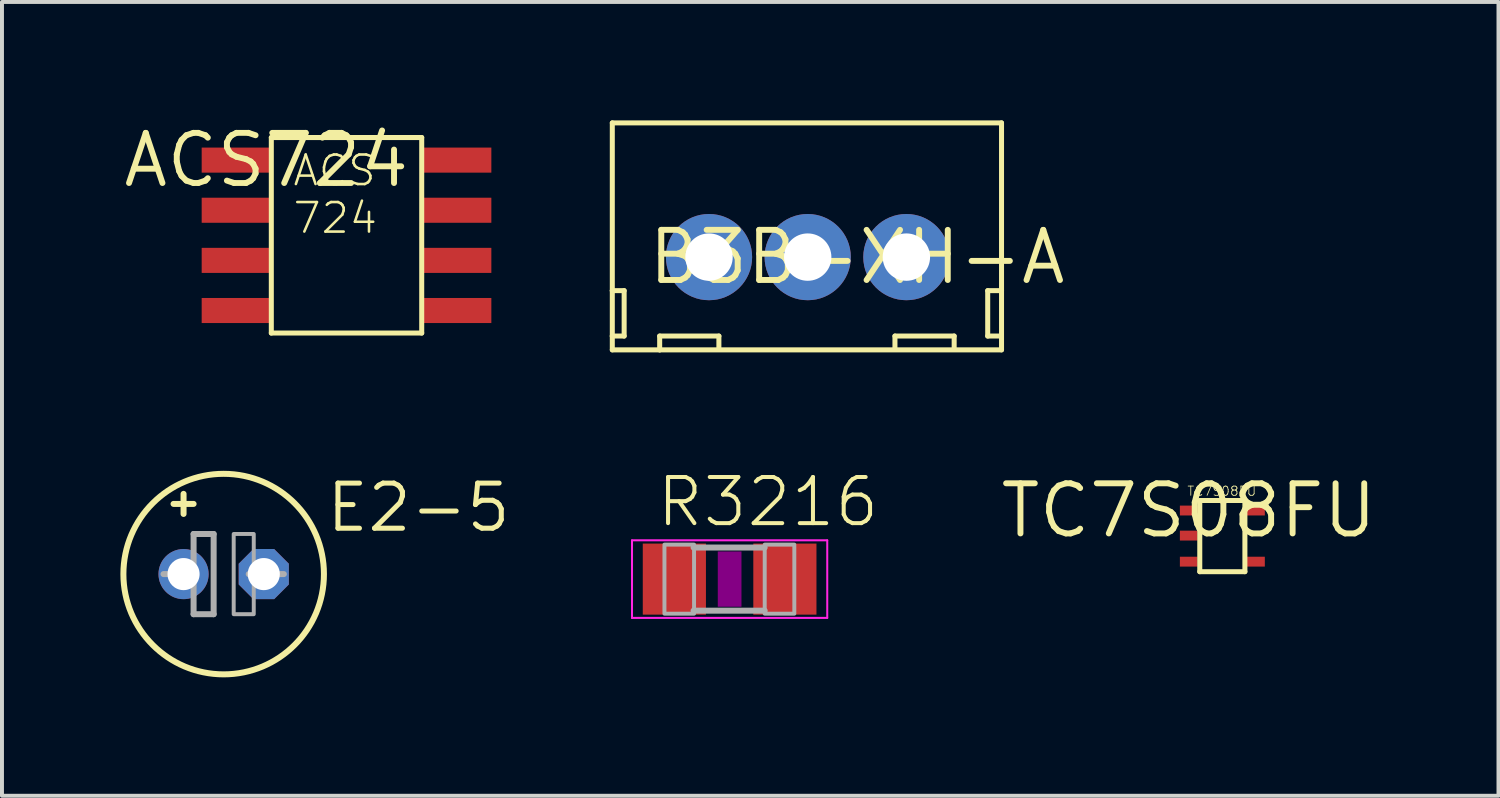
<source format=kicad_pcb>
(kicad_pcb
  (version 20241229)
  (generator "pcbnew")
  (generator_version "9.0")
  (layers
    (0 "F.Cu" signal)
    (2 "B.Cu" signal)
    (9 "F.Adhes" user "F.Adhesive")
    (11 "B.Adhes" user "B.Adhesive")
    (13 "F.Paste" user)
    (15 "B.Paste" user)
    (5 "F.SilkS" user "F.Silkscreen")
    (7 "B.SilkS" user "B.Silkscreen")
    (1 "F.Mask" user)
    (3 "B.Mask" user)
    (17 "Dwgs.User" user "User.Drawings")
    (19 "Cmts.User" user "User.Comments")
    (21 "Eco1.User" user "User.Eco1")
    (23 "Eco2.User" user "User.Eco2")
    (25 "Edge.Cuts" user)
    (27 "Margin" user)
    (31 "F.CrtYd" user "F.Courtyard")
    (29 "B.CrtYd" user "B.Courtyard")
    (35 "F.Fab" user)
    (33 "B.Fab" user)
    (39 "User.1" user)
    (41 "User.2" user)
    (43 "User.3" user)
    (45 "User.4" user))
  (footprint "E2-5"
    (layer "F.Cu")
    (at 2.616 11.493)
    (property "Reference" "E2-5" (at 2.54 -1.016 0) (layer "F.SilkS") (effects (font (size 1.143 1.143) (thickness 0.127)) (justify left bottom)))
    (fp_line (start -1.27 -1.778) (end -0.762 -1.778) (stroke (width 0.152) (type solid)) (layer "F.SilkS"))
    (fp_line (start -1.016 -1.524) (end -1.016 -2.032) (stroke (width 0.152) (type solid)) (layer "F.SilkS"))
    (fp_circle (center 0 0) (end 2.54 0) (stroke (width 0.152) (type solid)) (fill no) (layer "F.SilkS"))
    (fp_line (start -1.524 0) (end -0.762 0) (stroke (width 0.152) (type solid)) (layer "F.Fab"))
    (fp_line (start -0.762 -1.016) (end -0.762 0) (stroke (width 0.152) (type solid)) (layer "F.Fab"))
    (fp_line (start -0.762 0) (end -0.762 1.016) (stroke (width 0.152) (type solid)) (layer "F.Fab"))
    (fp_line (start -0.762 1.016) (end -0.254 1.016) (stroke (width 0.152) (type solid)) (layer "F.Fab"))
    (fp_line (start -0.254 -1.016) (end -0.762 -1.016) (stroke (width 0.152) (type solid)) (layer "F.Fab"))
    (fp_line (start -0.254 1.016) (end -0.254 -1.016) (stroke (width 0.152) (type solid)) (layer "F.Fab"))
    (fp_line (start 0.635 0) (end 1.524 0) (stroke (width 0.152) (type solid)) (layer "F.Fab"))
    (fp_poly (pts (xy 0.254 1.016) (xy 0.762 1.016) (xy 0.762 -1.016) (xy 0.254 -1.016)) (stroke (width 0.1) (type solid)) (fill no) (layer "F.Fab"))
    (pad "+" thru_hole circle (at -1.016 0) (size 1.27 1.27) (drill 0.813) (layers "*.Cu" "*.Mask"))
    (pad "-" thru_hole roundrect (at 1.016 0) (size 1.27 1.27) (drill 0.813) (layers "*.Cu" "*.Mask") (roundrect_rratio 0.25) (chamfer_ratio 0.293) (chamfer top_left top_right bottom_left bottom_right)))
  (footprint "R3216"
    (layer "F.Cu")
    (at 15.433 11.62)
    (property "Reference" "R3216" (at -1.905 -1.27 0) (layer "F.SilkS") (effects (font (size 1.168 1.168) (thickness 0.102)) (justify left bottom)))
    (fp_poly (pts (xy -0.3 0.7) (xy 0.3 0.7) (xy 0.3 -0.7) (xy -0.3 -0.7)) (stroke (width 0) (type solid)) (fill yes) (layer "F.Adhes"))
    (fp_line (start -2.473 -0.983) (end 2.473 -0.983) (stroke (width 0.051) (type solid)) (layer "F.CrtYd"))
    (fp_line (start -2.473 0.983) (end -2.473 -0.983) (stroke (width 0.051) (type solid)) (layer "F.CrtYd"))
    (fp_line (start 2.473 -0.983) (end 2.473 0.983) (stroke (width 0.051) (type solid)) (layer "F.CrtYd"))
    (fp_line (start 2.473 0.983) (end -2.473 0.983) (stroke (width 0.051) (type solid)) (layer "F.CrtYd"))
    (fp_line (start -0.913 -0.8) (end 0.888 -0.8) (stroke (width 0.152) (type solid)) (layer "F.Fab"))
    (fp_line (start -0.913 0.8) (end 0.888 0.8) (stroke (width 0.152) (type solid)) (layer "F.Fab"))
    (fp_poly (pts (xy -1.651 0.876) (xy -0.901 0.876) (xy -0.901 -0.874) (xy -1.651 -0.874)) (stroke (width 0.1) (type solid)) (fill no) (layer "F.Fab"))
    (fp_poly (pts (xy 0.889 0.876) (xy 1.639 0.876) (xy 1.639 -0.874) (xy 0.889 -0.874)) (stroke (width 0.1) (type solid)) (fill no) (layer "F.Fab"))
    (pad "1" smd rect (at -1.4 0) (size 1.6 1.8) (layers "F.Cu" "F.Mask" "F.Paste"))
    (pad "2" smd rect (at 1.4 0) (size 1.6 1.8) (layers "F.Cu" "F.Mask" "F.Paste")))
  (footprint "B3B-XH-A"
    (layer "F.Cu")
    (at 18.661 3.463)
    (property "Reference" "B3B-XH-A" (at 0 0 0) (layer "F.SilkS") (effects (font (size 1.27 1.27) (thickness 0.15))))
    (fp_line (start -6.2 -3.4) (end 3.66 -3.4) (stroke (width 0.127) (type solid)) (layer "F.SilkS"))
    (fp_line (start -6.2 0.85) (end -6.2 -3.4) (stroke (width 0.127) (type solid)) (layer "F.SilkS"))
    (fp_line (start -6.2 0.85) (end -5.9 0.85) (stroke (width 0.127) (type solid)) (layer "F.SilkS"))
    (fp_line (start -6.2 2) (end -6.2 0.85) (stroke (width 0.127) (type solid)) (layer "F.SilkS"))
    (fp_line (start -6.2 2.35) (end -6.2 2) (stroke (width 0.127) (type solid)) (layer "F.SilkS"))
    (fp_line (start -6.2 2.35) (end -5 2.35) (stroke (width 0.127) (type solid)) (layer "F.SilkS"))
    (fp_line (start -5.9 0.85) (end -5.9 2) (stroke (width 0.127) (type solid)) (layer "F.SilkS"))
    (fp_line (start -5.9 2) (end -6.2 2) (stroke (width 0.127) (type solid)) (layer "F.SilkS"))
    (fp_line (start -5 2) (end -3.5 2) (stroke (width 0.127) (type solid)) (layer "F.SilkS"))
    (fp_line (start -5 2.35) (end -5 2) (stroke (width 0.127) (type solid)) (layer "F.SilkS"))
    (fp_line (start -5 2.35) (end 3.66 2.35) (stroke (width 0.127) (type solid)) (layer "F.SilkS"))
    (fp_line (start -3.5 2) (end -3.5 2.3) (stroke (width 0.127) (type solid)) (layer "F.SilkS"))
    (fp_line (start 0.96 2) (end 2.46 2) (stroke (width 0.127) (type solid)) (layer "F.SilkS"))
    (fp_line (start 0.96 2.3) (end 0.96 2) (stroke (width 0.127) (type solid)) (layer "F.SilkS"))
    (fp_line (start 2.46 2) (end 2.46 2.3) (stroke (width 0.127) (type solid)) (layer "F.SilkS"))
    (fp_line (start 3.31 0.85) (end 3.31 2) (stroke (width 0.127) (type solid)) (layer "F.SilkS"))
    (fp_line (start 3.31 2) (end 3.61 2) (stroke (width 0.127) (type solid)) (layer "F.SilkS"))
    (fp_line (start 3.66 -3.4) (end 3.66 0.85) (stroke (width 0.127) (type solid)) (layer "F.SilkS"))
    (fp_line (start 3.66 0.85) (end 3.31 0.85) (stroke (width 0.127) (type solid)) (layer "F.SilkS"))
    (fp_line (start 3.66 0.85) (end 3.66 2.35) (stroke (width 0.127) (type solid)) (layer "F.SilkS"))
    (pad "1" thru_hole circle (at -3.75 0 90) (size 2.184 2.184) (drill 1.2) (layers "*.Cu" "*.Mask"))
    (pad "2" thru_hole circle (at -1.25 0 90) (size 2.184 2.184) (drill 1.2) (layers "*.Cu" "*.Mask"))
    (pad "3" thru_hole circle (at 1.25 0 90) (size 2.184 2.184) (drill 1.2) (layers "*.Cu" "*.Mask")))
  (footprint "ACS724"
    (layer "F.Cu")
    (at 3.696 1.006)
    (property "Reference" "ACS724" (at 0 0 0) (layer "F.SilkS") (effects (font (size 1.27 1.27) (thickness 0.15))))
    (fp_line (start 0.127 -0.572) (end 3.937 -0.572) (stroke (width 0.127) (type solid)) (layer "F.SilkS"))
    (fp_line (start 0.127 4.381) (end 0.127 -0.572) (stroke (width 0.127) (type solid)) (layer "F.SilkS"))
    (fp_line (start 3.937 -0.572) (end 3.937 4.381) (stroke (width 0.127) (type solid)) (layer "F.SilkS"))
    (fp_line (start 3.937 4.381) (end 0.127 4.381) (stroke (width 0.127) (type solid)) (layer "F.SilkS"))
    (fp_text user "ACS\n724" (at 0.635 1.905 0) (layer "F.SilkS") (effects (font (size 0.748 0.748) (thickness 0.065)) (justify left bottom)))
    (pad "FLT" smd rect (at 4.826 2.54) (size 1.75 0.635) (layers "F.Cu" "F.Mask" "F.Paste"))
    (pad "GND" smd rect (at 4.826 3.81) (size 1.75 0.635) (layers "F.Cu" "F.Mask" "F.Paste"))
    (pad "IP1+" smd rect (at -0.762 0) (size 1.75 0.635) (layers "F.Cu" "F.Mask" "F.Paste"))
    (pad "IP1-" smd rect (at -0.762 2.54) (size 1.75 0.635) (layers "F.Cu" "F.Mask" "F.Paste"))
    (pad "IP2+" smd rect (at -0.762 1.27) (size 1.75 0.635) (layers "F.Cu" "F.Mask" "F.Paste"))
    (pad "IP2-" smd rect (at -0.762 3.81) (size 1.75 0.635) (layers "F.Cu" "F.Mask" "F.Paste"))
    (pad "VCC" smd rect (at 4.826 0) (size 1.75 0.635) (layers "F.Cu" "F.Mask" "F.Paste"))
    (pad "VO" smd rect (at 4.826 1.27) (size 1.75 0.635) (layers "F.Cu" "F.Mask" "F.Paste")))
  (footprint "TC7S08FU"
    (layer "F.Cu")
    (at 27.064 9.883)
    (property "Reference" "TC7S08FU" (at 0 0 0) (layer "F.SilkS") (effects (font (size 1.27 1.27) (thickness 0.15))))
    (fp_line (start 0.279 -0.254) (end 0.279 1.549) (stroke (width 0.127) (type solid)) (layer "F.SilkS"))
    (fp_line (start 0.279 1.549) (end 1.422 1.549) (stroke (width 0.127) (type solid)) (layer "F.SilkS"))
    (fp_line (start 1.422 -0.254) (end 0.279 -0.254) (stroke (width 0.127) (type solid)) (layer "F.SilkS"))
    (fp_line (start 1.422 1.549) (end 1.422 -0.254) (stroke (width 0.127) (type solid)) (layer "F.SilkS"))
    (fp_text user "TC7S08FU" (at -0.051 -0.356 0) (layer "F.SilkS") (effects (font (size 0.234 0.234) (thickness 0.02)) (justify left bottom)))
    (pad "GND" smd rect (at 0 1.295) (size 0.45 0.25) (layers "F.Cu" "F.Mask" "F.Paste"))
    (pad "INA" smd rect (at 0 0.635) (size 0.45 0.25) (layers "F.Cu" "F.Mask" "F.Paste"))
    (pad "INB" smd rect (at 0 0) (size 0.45 0.25) (layers "F.Cu" "F.Mask" "F.Paste"))
    (pad "OUT" smd rect (at 1.702 1.295) (size 0.45 0.25) (layers "F.Cu" "F.Mask" "F.Paste"))
    (pad "VCC" smd rect (at 1.702 0) (size 0.45 0.25) (layers "F.Cu" "F.Mask" "F.Paste")))
  (gr_rect
    (start -3 -3)
    (end 34.91 17.109)
    (stroke (width 0.1) (type default))
    (fill no)
    (layer "Edge.Cuts")))
</source>
